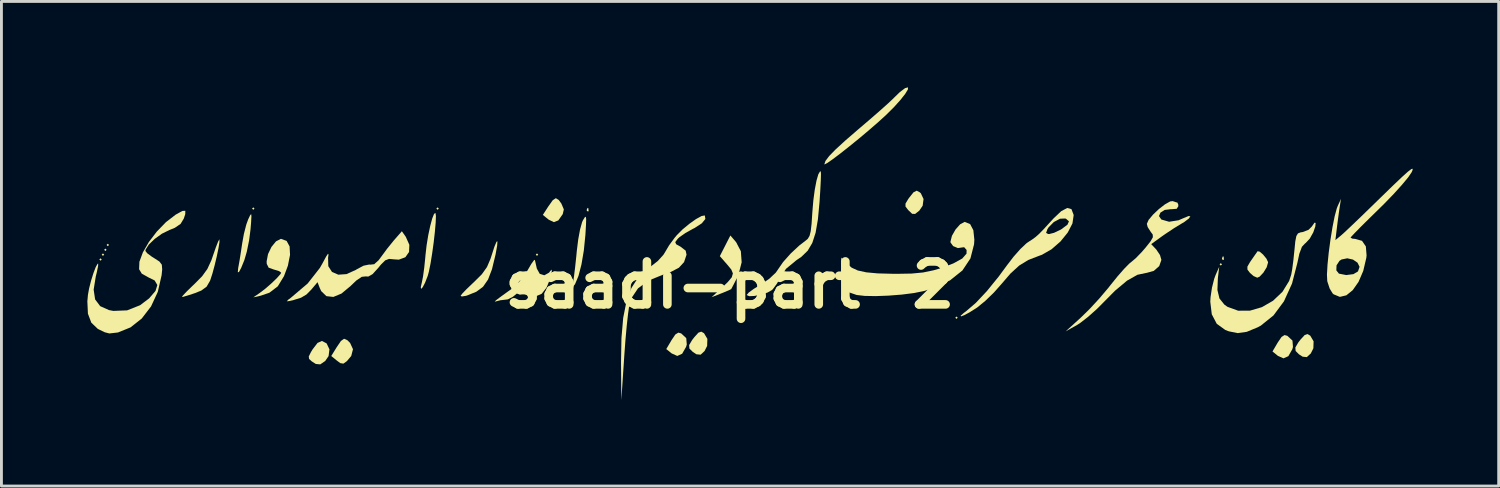
<source format=kicad_pcb>
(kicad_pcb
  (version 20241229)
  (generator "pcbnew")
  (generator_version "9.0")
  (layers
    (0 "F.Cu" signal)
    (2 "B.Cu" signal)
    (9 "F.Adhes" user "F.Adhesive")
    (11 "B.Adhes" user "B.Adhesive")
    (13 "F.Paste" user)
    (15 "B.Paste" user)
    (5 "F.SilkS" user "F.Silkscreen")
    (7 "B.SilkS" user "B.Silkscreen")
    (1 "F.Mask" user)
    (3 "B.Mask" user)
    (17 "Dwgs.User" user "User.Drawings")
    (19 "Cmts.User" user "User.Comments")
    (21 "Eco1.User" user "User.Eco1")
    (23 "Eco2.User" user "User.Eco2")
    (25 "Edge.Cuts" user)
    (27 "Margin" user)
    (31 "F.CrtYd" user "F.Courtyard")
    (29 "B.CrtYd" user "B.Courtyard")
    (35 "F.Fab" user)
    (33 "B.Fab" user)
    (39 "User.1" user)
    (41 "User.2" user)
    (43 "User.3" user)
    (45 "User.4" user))
  (footprint "saadi-part-2"
    (layer "F.Cu")
    (at 22.431 6.9)
    (property "Reference" "saadi-part-2" (at 0 0 0) (layer "F.SilkS") (effects (font (size 1.5 1.5) (thickness 0.3))))
    (attr board_only exclude_from_pos_files exclude_from_bom)
    (fp_poly (pts (xy -21.929 -0.889) (xy -21.971 -0.847) (xy -22.013 -0.889) (xy -21.971 -0.931)) (stroke (width 0) (type solid)) (fill yes) (layer "F.SilkS"))
    (fp_poly (pts (xy -21.844 -1.058) (xy -21.886 -1.016) (xy -21.929 -1.058) (xy -21.886 -1.101)) (stroke (width 0) (type solid)) (fill yes) (layer "F.SilkS"))
    (fp_poly (pts (xy -21.759 -1.228) (xy -21.802 -1.185) (xy -21.844 -1.228) (xy -21.802 -1.27)) (stroke (width 0) (type solid)) (fill yes) (layer "F.SilkS"))
    (fp_poly (pts (xy -21.675 -1.397) (xy -21.717 -1.355) (xy -21.759 -1.397) (xy -21.717 -1.439)) (stroke (width 0) (type solid)) (fill yes) (layer "F.SilkS"))
    (fp_poly (pts (xy -16.595 -2.667) (xy -16.637 -2.625) (xy -16.679 -2.667) (xy -16.637 -2.709)) (stroke (width 0) (type solid)) (fill yes) (layer "F.SilkS"))
    (fp_poly (pts (xy -10.16 -2.667) (xy -10.202 -2.625) (xy -10.245 -2.667) (xy -10.202 -2.709)) (stroke (width 0) (type solid)) (fill yes) (layer "F.SilkS"))
    (fp_poly (pts (xy -6.689 -1.058) (xy -6.731 -1.016) (xy -6.773 -1.058) (xy -6.731 -1.101)) (stroke (width 0) (type solid)) (fill yes) (layer "F.SilkS"))
    (fp_poly (pts (xy 7.959 1.143) (xy 7.916 1.185) (xy 7.874 1.143) (xy 7.916 1.101)) (stroke (width 0) (type solid)) (fill yes) (layer "F.SilkS"))
    (fp_poly (pts (xy 17.187 -0.72) (xy 17.145 -0.677) (xy 17.103 -0.72) (xy 17.145 -0.762)) (stroke (width 0) (type solid)) (fill yes) (layer "F.SilkS"))
    (fp_poly (pts (xy -4.939 -2.681) (xy -4.929 -2.581) (xy -4.939 -2.568) (xy -4.989 -2.58) (xy -4.995 -2.625) (xy -4.964 -2.694)) (stroke (width 0) (type solid)) (fill yes) (layer "F.SilkS"))
    (fp_poly (pts (xy 17.244 -0.988) (xy 17.254 -0.887) (xy 17.244 -0.875) (xy 17.193 -0.887) (xy 17.187 -0.931) (xy 17.218 -1.001)) (stroke (width 0) (type solid)) (fill yes) (layer "F.SilkS"))
    (fp_poly (pts (xy -1.696 1.692) (xy -1.52 1.856) (xy -1.501 2.081) (xy -1.526 2.162) (xy -1.663 2.402) (xy -1.833 2.478) (xy -2.029 2.39) (xy -2.217 2.238) (xy -2.032 1.924) (xy -1.901 1.73) (xy -1.796 1.664)) (stroke (width 0) (type solid)) (fill yes) (layer "F.SilkS"))
    (fp_poly (pts (xy 19.471 1.777) (xy 19.647 1.941) (xy 19.665 2.166) (xy 19.641 2.247) (xy 19.504 2.486) (xy 19.334 2.562) (xy 19.138 2.475) (xy 18.95 2.322) (xy 19.134 2.009) (xy 19.266 1.815) (xy 19.371 1.749)) (stroke (width 0) (type solid)) (fill yes) (layer "F.SilkS"))
    (fp_poly (pts (xy -13.354 1.927) (xy -13.256 2.026) (xy -13.156 2.243) (xy -13.217 2.479) (xy -13.367 2.658) (xy -13.49 2.747) (xy -13.597 2.73) (xy -13.719 2.64) (xy -13.915 2.481) (xy -13.724 2.172) (xy -13.577 1.956) (xy -13.467 1.878)) (stroke (width 0) (type solid)) (fill yes) (layer "F.SilkS"))
    (fp_poly (pts (xy -5.972 -2.968) (xy -5.88 -2.842) (xy -5.794 -2.638) (xy -5.831 -2.475) (xy -5.985 -2.255) (xy -6.14 -2.193) (xy -6.321 -2.279) (xy -6.333 -2.289) (xy -6.527 -2.446) (xy -6.333 -2.746) (xy -6.181 -2.959) (xy -6.073 -3.03)) (stroke (width 0) (type solid)) (fill yes) (layer "F.SilkS"))
    (fp_poly (pts (xy -0.899 1.685) (xy -0.782 1.881) (xy -0.79 2.128) (xy -0.88 2.307) (xy -1.017 2.434) (xy -1.165 2.42) (xy -1.291 2.337) (xy -1.409 2.221) (xy -1.419 2.099) (xy -1.316 1.925) (xy -1.237 1.823) (xy -1.095 1.665) (xy -0.994 1.63)) (stroke (width 0) (type solid)) (fill yes) (layer "F.SilkS"))
    (fp_poly (pts (xy 20.268 1.77) (xy 20.385 1.966) (xy 20.377 2.213) (xy 20.287 2.392) (xy 20.149 2.519) (xy 20.002 2.504) (xy 19.875 2.422) (xy 19.758 2.306) (xy 19.748 2.184) (xy 19.85 2.009) (xy 19.929 1.907) (xy 20.072 1.75) (xy 20.173 1.714)) (stroke (width 0) (type solid)) (fill yes) (layer "F.SilkS"))
    (fp_poly (pts (xy -14.088 2.033) (xy -14.072 2.049) (xy -13.978 2.249) (xy -14.008 2.483) (xy -14.125 2.654) (xy -14.299 2.773) (xy -14.455 2.758) (xy -14.594 2.669) (xy -14.688 2.584) (xy -14.7 2.496) (xy -14.625 2.346) (xy -14.566 2.248) (xy -14.394 2.024) (xy -14.242 1.955)) (stroke (width 0) (type solid)) (fill yes) (layer "F.SilkS"))
    (fp_poly (pts (xy 6.636 -3.234) (xy 6.672 -3.2) (xy 6.766 -3.001) (xy 6.735 -2.766) (xy 6.618 -2.595) (xy 6.472 -2.48) (xy 6.368 -2.484) (xy 6.232 -2.614) (xy 6.227 -2.62) (xy 6.136 -2.738) (xy 6.136 -2.842) (xy 6.231 -3) (xy 6.262 -3.043) (xy 6.414 -3.234) (xy 6.525 -3.292)) (stroke (width 0) (type solid)) (fill yes) (layer "F.SilkS"))
    (fp_poly (pts (xy 18.504 -1.163) (xy 18.623 -1.06) (xy 18.737 -0.921) (xy 18.795 -0.8) (xy 18.796 -0.788) (xy 18.748 -0.619) (xy 18.633 -0.431) (xy 18.5 -0.29) (xy 18.418 -0.254) (xy 18.287 -0.312) (xy 18.165 -0.419) (xy 18.076 -0.534) (xy 18.073 -0.638) (xy 18.162 -0.794) (xy 18.209 -0.863) (xy 18.338 -1.048) (xy 18.42 -1.165) (xy 18.429 -1.178)) (stroke (width 0) (type solid)) (fill yes) (layer "F.SilkS"))
    (fp_poly (pts (xy -16.702 -2.404) (xy -16.713 -2.197) (xy -16.733 -1.947) (xy -16.783 -1.556) (xy -16.864 -1.16) (xy -16.949 -0.868) (xy -17.061 -0.594) (xy -17.139 -0.45) (xy -17.177 -0.446) (xy -17.165 -0.59) (xy -17.152 -0.656) (xy -17.115 -0.864) (xy -17.067 -1.167) (xy -17.027 -1.439) (xy -16.965 -1.782) (xy -16.883 -2.103) (xy -16.817 -2.286) (xy -16.749 -2.43) (xy -16.712 -2.476)) (stroke (width 0) (type solid)) (fill yes) (layer "F.SilkS"))
    (fp_poly (pts (xy 0.222 -1.494) (xy 0.387 -1.178) (xy 0.415 -0.792) (xy 0.306 -0.366) (xy 0.244 -0.229) (xy 0.135 -0.016) (xy 0.063 0.121) (xy 0.049 0.145) (xy -0.032 0.185) (xy -0.215 0.262) (xy -0.301 0.296) (xy -0.635 0.428) (xy -0.334 0.151) (xy -0.074 -0.096) (xy 0.07 -0.268) (xy 0.109 -0.403) (xy 0.054 -0.537) (xy -0.085 -0.707) (xy -0.347 -1.006) (xy -0.163 -1.367) (xy 0.021 -1.728)) (stroke (width 0) (type solid)) (fill yes) (layer "F.SilkS"))
    (fp_poly (pts (xy -8.121 -1.381) (xy -8.175 -1.078) (xy -8.182 -1.046) (xy -8.303 -0.548) (xy -8.441 -0.188) (xy -8.615 0.063) (xy -8.85 0.237) (xy -9.166 0.365) (xy -9.207 0.378) (xy -9.353 0.402) (xy -9.398 0.38) (xy -9.34 0.301) (xy -9.187 0.142) (xy -8.969 -0.066) (xy -8.935 -0.097) (xy -8.656 -0.375) (xy -8.478 -0.625) (xy -8.355 -0.911) (xy -8.326 -1.001) (xy -8.219 -1.333) (xy -8.146 -1.508) (xy -8.112 -1.524)) (stroke (width 0) (type solid)) (fill yes) (layer "F.SilkS"))
    (fp_poly (pts (xy -5.014 -2.303) (xy -5.02 -2.098) (xy -5.041 -1.745) (xy -5.042 -1.736) (xy -5.096 -1.201) (xy -5.179 -0.714) (xy -5.283 -0.313) (xy -5.399 -0.036) (xy -5.423 0) (xy -5.479 0.053) (xy -5.481 -0.034) (xy -5.465 -0.127) (xy -5.436 -0.323) (xy -5.398 -0.634) (xy -5.358 -1.008) (xy -5.34 -1.198) (xy -5.291 -1.592) (xy -5.227 -1.94) (xy -5.157 -2.191) (xy -5.128 -2.256) (xy -5.064 -2.361) (xy -5.027 -2.384)) (stroke (width 0) (type solid)) (fill yes) (layer "F.SilkS"))
    (fp_poly (pts (xy -10.26 -2.408) (xy -10.269 -2.174) (xy -10.297 -1.852) (xy -10.339 -1.48) (xy -10.392 -1.098) (xy -10.449 -0.745) (xy -10.507 -0.46) (xy -10.546 -0.318) (xy -10.64 -0.077) (xy -10.723 0.081) (xy -10.778 0.138) (xy -10.789 0.075) (xy -10.753 -0.083) (xy -10.711 -0.29) (xy -10.668 -0.604) (xy -10.631 -0.965) (xy -10.625 -1.038) (xy -10.586 -1.381) (xy -10.529 -1.733) (xy -10.46 -2.057) (xy -10.39 -2.319) (xy -10.325 -2.483) (xy -10.276 -2.514)) (stroke (width 0) (type solid)) (fill yes) (layer "F.SilkS"))
    (fp_poly (pts (xy -17.82 -1.592) (xy -17.818 -1.496) (xy -17.853 -1.282) (xy -17.912 -0.998) (xy -17.986 -0.688) (xy -18.064 -0.399) (xy -18.136 -0.177) (xy -18.151 -0.139) (xy -18.268 0.061) (xy -18.454 0.196) (xy -18.675 0.285) (xy -18.916 0.364) (xy -19.085 0.414) (xy -19.129 0.422) (xy -19.095 0.369) (xy -18.963 0.229) (xy -18.759 0.03) (xy -18.703 -0.022) (xy -18.425 -0.303) (xy -18.241 -0.558) (xy -18.102 -0.858) (xy -18.038 -1.043) (xy -17.942 -1.32) (xy -17.865 -1.516) (xy -17.822 -1.593)) (stroke (width 0) (type solid)) (fill yes) (layer "F.SilkS"))
    (fp_poly (pts (xy -15.474 -1.539) (xy -15.369 -1.346) (xy -15.354 -1.05) (xy -15.429 -0.672) (xy -15.565 -0.308) (xy -15.782 0.048) (xy -16.076 0.272) (xy -16.383 0.376) (xy -16.637 0.433) (xy -16.425 0.288) (xy -16.224 0.136) (xy -16.008 -0.052) (xy -15.817 -0.235) (xy -15.691 -0.377) (xy -15.663 -0.429) (xy -15.736 -0.484) (xy -15.912 -0.537) (xy -15.917 -0.538) (xy -16.101 -0.604) (xy -16.167 -0.736) (xy -16.171 -0.823) (xy -16.123 -1.077) (xy -16.003 -1.328) (xy -15.844 -1.522) (xy -15.68 -1.608) (xy -15.668 -1.609)) (stroke (width 0) (type solid)) (fill yes) (layer "F.SilkS"))
    (fp_poly (pts (xy 6.22 -6.827) (xy 6.127 -6.674) (xy 5.959 -6.46) (xy 5.73 -6.206) (xy 5.454 -5.932) (xy 5.443 -5.922) (xy 5.167 -5.671) (xy 4.846 -5.393) (xy 4.504 -5.106) (xy 4.164 -4.83) (xy 3.851 -4.583) (xy 3.588 -4.385) (xy 3.398 -4.254) (xy 3.307 -4.209) (xy 3.302 -4.214) (xy 3.342 -4.331) (xy 3.469 -4.5) (xy 3.695 -4.732) (xy 4.032 -5.041) (xy 4.491 -5.438) (xy 4.555 -5.492) (xy 4.919 -5.803) (xy 5.253 -6.094) (xy 5.527 -6.339) (xy 5.712 -6.513) (xy 5.757 -6.559) (xy 5.942 -6.738) (xy 6.11 -6.864) (xy 6.122 -6.872) (xy 6.223 -6.9)) (stroke (width 0) (type solid)) (fill yes) (layer "F.SilkS"))
    (fp_poly (pts (xy -6.776 -0.747) (xy -6.737 -0.572) (xy -6.635 -0.389) (xy -6.475 -0.338) (xy -6.311 -0.429) (xy -6.268 -0.487) (xy -6.219 -0.537) (xy -6.215 -0.467) (xy -6.248 -0.316) (xy -6.308 -0.126) (xy -6.386 0.066) (xy -6.401 0.096) (xy -6.566 0.307) (xy -6.761 0.393) (xy -6.942 0.35) (xy -7.068 0.174) (xy -7.072 0.161) (xy -7.115 0.071) (xy -7.185 0.078) (xy -7.318 0.194) (xy -7.378 0.253) (xy -7.573 0.413) (xy -7.749 0.502) (xy -7.789 0.508) (xy -8.009 0.534) (xy -8.1 0.557) (xy -8.206 0.585) (xy -8.171 0.542) (xy -8.11 0.494) (xy -7.953 0.378) (xy -7.728 0.216) (xy -7.627 0.145) (xy -7.381 -0.078) (xy -7.145 -0.374) (xy -7.055 -0.52) (xy -6.929 -0.736) (xy -6.837 -0.863) (xy -6.805 -0.877)) (stroke (width 0) (type solid)) (fill yes) (layer "F.SilkS"))
    (fp_poly (pts (xy 3.179 -3.961) (xy 3.184 -3.871) (xy 3.178 -3.646) (xy 3.161 -3.319) (xy 3.136 -2.923) (xy 3.135 -2.905) (xy 3.078 -2.293) (xy 2.997 -1.823) (xy 2.881 -1.466) (xy 2.72 -1.195) (xy 2.502 -0.984) (xy 2.333 -0.869) (xy 1.964 -0.565) (xy 1.787 -0.297) (xy 1.651 -0.052) (xy 1.507 0.143) (xy 1.47 0.179) (xy 1.315 0.266) (xy 1.096 0.337) (xy 0.866 0.383) (xy 0.681 0.392) (xy 0.594 0.355) (xy 0.593 0.346) (xy 0.661 0.266) (xy 0.839 0.136) (xy 1.07 -0.006) (xy 1.379 -0.216) (xy 1.61 -0.434) (xy 1.683 -0.541) (xy 1.863 -0.802) (xy 2.13 -1.101) (xy 2.431 -1.381) (xy 2.631 -1.534) (xy 2.723 -1.61) (xy 2.785 -1.713) (xy 2.827 -1.878) (xy 2.857 -2.141) (xy 2.883 -2.536) (xy 2.884 -2.55) (xy 2.918 -2.953) (xy 2.968 -3.328) (xy 3.028 -3.642) (xy 3.092 -3.865) (xy 3.152 -3.966)) (stroke (width 0) (type solid)) (fill yes) (layer "F.SilkS"))
    (fp_poly (pts (xy -0.871 -2.423) (xy -0.852 -2.304) (xy -0.976 -2.153) (xy -1.225 -1.991) (xy -1.294 -1.956) (xy -1.55 -1.814) (xy -1.758 -1.668) (xy -1.815 -1.614) (xy -1.903 -1.498) (xy -1.873 -1.422) (xy -1.721 -1.338) (xy -1.539 -1.198) (xy -1.51 -1.055) (xy -1.596 -0.798) (xy -1.776 -0.602) (xy -2.079 -0.444) (xy -2.347 -0.352) (xy -2.847 -0.149) (xy -3.205 0.12) (xy -3.44 0.47) (xy -3.474 0.55) (xy -3.51 0.714) (xy -3.552 1.015) (xy -3.597 1.421) (xy -3.641 1.902) (xy -3.679 2.413) (xy -3.786 4.022) (xy -3.797 2.709) (xy -3.782 1.855) (xy -3.721 1.147) (xy -3.606 0.57) (xy -3.434 0.106) (xy -3.198 -0.262) (xy -2.894 -0.551) (xy -2.761 -0.643) (xy -2.514 -0.836) (xy -2.316 -1.054) (xy -2.257 -1.15) (xy -2.12 -1.382) (xy -1.927 -1.645) (xy -1.851 -1.736) (xy -1.649 -1.939) (xy -1.411 -2.136) (xy -1.178 -2.301) (xy -0.986 -2.407) (xy -0.876 -2.427)) (stroke (width 0) (type solid)) (fill yes) (layer "F.SilkS"))
    (fp_poly (pts (xy 8.392 -2.126) (xy 8.505 -1.912) (xy 8.54 -1.579) (xy 8.53 -1.421) (xy 8.403 -0.927) (xy 8.124 -0.507) (xy 7.693 -0.162) (xy 7.111 0.109) (xy 6.767 0.215) (xy 6.431 0.282) (xy 6.007 0.336) (xy 5.546 0.372) (xy 5.098 0.389) (xy 4.713 0.382) (xy 4.441 0.351) (xy 4.424 0.347) (xy 4.151 0.253) (xy 3.99 0.119) (xy 3.914 -0.097) (xy 3.895 -0.437) (xy 3.895 -0.446) (xy 3.895 -0.956) (xy 4.097 -0.738) (xy 4.259 -0.602) (xy 4.473 -0.505) (xy 4.766 -0.441) (xy 5.167 -0.404) (xy 5.702 -0.39) (xy 5.842 -0.389) (xy 6.348 -0.398) (xy 6.749 -0.436) (xy 7.11 -0.511) (xy 7.324 -0.573) (xy 7.802 -0.75) (xy 8.118 -0.924) (xy 8.267 -1.095) (xy 8.269 -1.222) (xy 8.185 -1.318) (xy 8.128 -1.312) (xy 7.965 -1.288) (xy 7.798 -1.358) (xy 7.707 -1.485) (xy 7.705 -1.509) (xy 7.757 -1.716) (xy 7.884 -1.939) (xy 8.045 -2.119) (xy 8.198 -2.201) (xy 8.208 -2.201)) (stroke (width 0) (type solid)) (fill yes) (layer "F.SilkS"))
    (fp_poly (pts (xy 20.457 -2.166) (xy 20.445 -2.043) (xy 20.374 -1.836) (xy 20.25 -1.616) (xy 20.108 -1.464) (xy 20.088 -1.451) (xy 19.978 -1.333) (xy 19.888 -1.093) (xy 19.821 -0.781) (xy 19.632 -0.049) (xy 19.35 0.571) (xy 18.985 1.064) (xy 18.543 1.419) (xy 18.434 1.478) (xy 18.052 1.636) (xy 17.734 1.681) (xy 17.422 1.618) (xy 17.299 1.569) (xy 17.004 1.356) (xy 16.83 1.025) (xy 16.778 0.584) (xy 16.787 0.429) (xy 16.836 0.099) (xy 16.914 -0.212) (xy 16.96 -0.339) (xy 17.09 -0.635) (xy 17.043 -0.239) (xy 17.027 0.175) (xy 17.098 0.471) (xy 17.27 0.686) (xy 17.38 0.764) (xy 17.752 0.899) (xy 18.163 0.897) (xy 18.58 0.775) (xy 18.969 0.551) (xy 19.297 0.24) (xy 19.531 -0.14) (xy 19.603 -0.357) (xy 19.639 -0.556) (xy 19.679 -0.859) (xy 19.714 -1.201) (xy 19.715 -1.203) (xy 19.746 -1.521) (xy 19.783 -1.708) (xy 19.84 -1.801) (xy 19.935 -1.838) (xy 20.003 -1.847) (xy 20.209 -1.926) (xy 20.327 -2.045) (xy 20.416 -2.175)) (stroke (width 0) (type solid)) (fill yes) (layer "F.SilkS"))
    (fp_poly (pts (xy -11.312 -1.681) (xy -11.188 -1.402) (xy -11.198 -1.153) (xy -11.326 -0.969) (xy -11.553 -0.884) (xy -11.722 -0.894) (xy -11.897 -0.91) (xy -12.031 -0.859) (xy -12.18 -0.711) (xy -12.273 -0.597) (xy -12.471 -0.379) (xy -12.622 -0.293) (xy -12.707 -0.299) (xy -12.848 -0.285) (xy -13.039 -0.156) (xy -13.241 0.037) (xy -13.557 0.3) (xy -13.843 0.418) (xy -14.085 0.39) (xy -14.266 0.214) (xy -14.315 0.109) (xy -14.394 -0.097) (xy -14.609 0.159) (xy -14.779 0.332) (xy -14.971 0.445) (xy -15.248 0.532) (xy -15.367 0.559) (xy -15.463 0.571) (xy -15.426 0.522) (xy -15.325 0.447) (xy -14.738 -0.052) (xy -14.312 -0.595) (xy -14.22 -0.757) (xy -14.092 -0.996) (xy -14.026 -1.093) (xy -14.011 -1.059) (xy -14.026 -0.95) (xy -14.018 -0.656) (xy -13.889 -0.455) (xy -13.668 -0.359) (xy -13.382 -0.379) (xy -13.059 -0.525) (xy -13.028 -0.545) (xy -12.787 -0.673) (xy -12.588 -0.714) (xy -12.557 -0.709) (xy -12.415 -0.725) (xy -12.259 -0.866) (xy -12.168 -0.989) (xy -11.963 -1.267) (xy -11.74 -1.543) (xy -11.696 -1.594) (xy -11.449 -1.876)) (stroke (width 0) (type solid)) (fill yes) (layer "F.SilkS"))
    (fp_poly (pts (xy 11.93 -2.648) (xy 12.004 -2.455) (xy 12.007 -2.432) (xy 11.965 -2.148) (xy 11.801 -1.831) (xy 11.547 -1.518) (xy 11.235 -1.246) (xy 10.898 -1.053) (xy 10.795 -1.016) (xy 10.422 -0.872) (xy 10.106 -0.678) (xy 9.801 -0.399) (xy 9.5 -0.049) (xy 9.225 0.262) (xy 8.916 0.561) (xy 8.636 0.789) (xy 8.614 0.803) (xy 8.374 0.955) (xy 8.187 1.055) (xy 8.076 1.097) (xy 8.061 1.075) (xy 8.165 0.981) (xy 8.255 0.914) (xy 8.589 0.628) (xy 8.975 0.217) (xy 9.39 -0.294) (xy 9.67 -0.674) (xy 9.907 -0.984) (xy 10.151 -1.259) (xy 10.358 -1.454) (xy 10.414 -1.494) (xy 10.564 -1.591) (xy 10.683 -1.679) (xy 10.804 -1.787) (xy 10.834 -1.818) (xy 11.045 -1.818) (xy 11.117 -1.779) (xy 11.152 -1.778) (xy 11.322 -1.821) (xy 11.543 -1.926) (xy 11.578 -1.946) (xy 11.79 -2.103) (xy 11.843 -2.221) (xy 11.74 -2.311) (xy 11.714 -2.321) (xy 11.53 -2.313) (xy 11.316 -2.198) (xy 11.133 -2.014) (xy 11.091 -1.947) (xy 11.045 -1.818) (xy 10.834 -1.818) (xy 10.959 -1.946) (xy 11.181 -2.188) (xy 11.297 -2.315) (xy 11.573 -2.577) (xy 11.785 -2.689)) (stroke (width 0) (type solid)) (fill yes) (layer "F.SilkS"))
    (fp_poly (pts (xy -19.012 -2.474) (xy -19.064 -2.317) (xy -19.177 -2.131) (xy -19.379 -1.994) (xy -19.564 -1.919) (xy -19.825 -1.791) (xy -20.079 -1.609) (xy -20.284 -1.411) (xy -20.396 -1.236) (xy -20.405 -1.187) (xy -20.338 -1.105) (xy -20.172 -0.982) (xy -20.097 -0.936) (xy -19.915 -0.818) (xy -19.831 -0.708) (xy -19.818 -0.541) (xy -19.838 -0.34) (xy -19.97 0.238) (xy -20.207 0.749) (xy -20.531 1.171) (xy -20.923 1.481) (xy -21.362 1.659) (xy -21.664 1.693) (xy -21.825 1.651) (xy -22.04 1.547) (xy -22.072 1.528) (xy -22.293 1.316) (xy -22.411 1.003) (xy -22.431 0.572) (xy -22.411 0.348) (xy -22.369 0.116) (xy -22.3 -0.153) (xy -22.218 -0.415) (xy -22.138 -0.625) (xy -22.074 -0.739) (xy -22.052 -0.744) (xy -22.057 -0.656) (xy -22.098 -0.455) (xy -22.138 -0.29) (xy -22.211 0.163) (xy -22.16 0.504) (xy -21.982 0.74) (xy -21.674 0.878) (xy -21.522 0.906) (xy -21.043 0.887) (xy -20.589 0.707) (xy -20.276 0.47) (xy -20.052 0.21) (xy -19.987 0.002) (xy -20.082 -0.158) (xy -20.278 -0.254) (xy -20.531 -0.395) (xy -20.624 -0.549) (xy -20.614 -0.81) (xy -20.492 -1.139) (xy -20.282 -1.502) (xy -20.005 -1.865) (xy -19.685 -2.195) (xy -19.346 -2.456) (xy -19.332 -2.464) (xy -19.113 -2.585) (xy -19.011 -2.59)) (stroke (width 0) (type solid)) (fill yes) (layer "F.SilkS"))
    (fp_poly (pts (xy 15.596 -2.884) (xy 15.628 -2.879) (xy 15.659 -2.81) (xy 15.663 -2.751) (xy 15.606 -2.66) (xy 15.418 -2.644) (xy 15.4 -2.646) (xy 15.186 -2.62) (xy 15.038 -2.527) (xy 14.987 -2.405) (xy 15.067 -2.287) (xy 15.071 -2.285) (xy 15.34 -2.207) (xy 15.669 -2.259) (xy 15.837 -2.331) (xy 16.02 -2.407) (xy 16.082 -2.396) (xy 16.03 -2.32) (xy 15.872 -2.2) (xy 15.769 -2.139) (xy 15.504 -1.977) (xy 15.203 -1.777) (xy 15.083 -1.693) (xy 14.715 -1.426) (xy 14.893 -1.237) (xy 15.022 -1.045) (xy 15.071 -0.875) (xy 14.995 -0.659) (xy 14.806 -0.492) (xy 14.559 -0.423) (xy 14.553 -0.423) (xy 14.235 -0.356) (xy 13.872 -0.151) (xy 13.454 0.199) (xy 13.121 0.535) (xy 12.821 0.837) (xy 12.51 1.114) (xy 12.237 1.326) (xy 12.126 1.397) (xy 11.728 1.62) (xy 12.256 1.141) (xy 12.56 0.844) (xy 12.9 0.476) (xy 13.217 0.102) (xy 13.299 -0.002) (xy 13.541 -0.302) (xy 13.768 -0.561) (xy 13.945 -0.742) (xy 14.01 -0.795) (xy 14.173 -0.932) (xy 14.383 -1.148) (xy 14.523 -1.31) (xy 14.697 -1.53) (xy 14.773 -1.666) (xy 14.768 -1.761) (xy 14.701 -1.85) (xy 14.592 -2.021) (xy 14.563 -2.134) (xy 14.624 -2.271) (xy 14.778 -2.456) (xy 14.983 -2.65) (xy 15.197 -2.816) (xy 15.377 -2.917) (xy 15.464 -2.928)) (stroke (width 0) (type solid)) (fill yes) (layer "F.SilkS"))
    (fp_poly (pts (xy 23.833 -3.99) (xy 23.808 -3.935) (xy 23.688 -3.758) (xy 23.47 -3.496) (xy 23.181 -3.176) (xy 22.845 -2.829) (xy 22.656 -2.643) (xy 22.326 -2.32) (xy 22.042 -2.039) (xy 21.827 -1.82) (xy 21.7 -1.685) (xy 21.675 -1.65) (xy 21.746 -1.616) (xy 21.838 -1.609) (xy 22.076 -1.541) (xy 22.21 -1.345) (xy 22.235 -1.032) (xy 22.225 -0.942) (xy 22.119 -0.491) (xy 21.956 -0.111) (xy 21.754 0.179) (xy 21.53 0.361) (xy 21.302 0.416) (xy 21.086 0.327) (xy 21.049 0.294) (xy 20.946 0.124) (xy 20.867 -0.116) (xy 20.862 -0.142) (xy 20.851 -0.363) (xy 20.86 -0.511) (xy 21.179 -0.511) (xy 21.269 -0.396) (xy 21.273 -0.395) (xy 21.525 -0.346) (xy 21.775 -0.378) (xy 21.935 -0.473) (xy 21.99 -0.633) (xy 21.918 -0.779) (xy 21.761 -0.886) (xy 21.561 -0.931) (xy 21.359 -0.889) (xy 21.289 -0.842) (xy 21.186 -0.685) (xy 21.179 -0.511) (xy 20.86 -0.511) (xy 20.871 -0.706) (xy 20.913 -1.125) (xy 20.973 -1.575) (xy 21.044 -2.014) (xy 21.12 -2.395) (xy 21.195 -2.675) (xy 21.225 -2.752) (xy 21.341 -3.006) (xy 21.301 -2.752) (xy 21.267 -2.519) (xy 21.225 -2.208) (xy 21.203 -2.032) (xy 21.146 -1.566) (xy 21.347 -1.732) (xy 21.468 -1.841) (xy 21.688 -2.048) (xy 21.984 -2.331) (xy 22.334 -2.67) (xy 22.716 -3.042) (xy 22.762 -3.087) (xy 23.172 -3.485) (xy 23.474 -3.772) (xy 23.68 -3.957) (xy 23.801 -4.049) (xy 23.848 -4.057)) (stroke (width 0) (type solid)) (fill yes) (layer "F.SilkS")))
  (gr_rect
    (start -3 -3)
    (end 49.279 13.921)
    (stroke (width 0.1) (type default))
    (fill no)
    (layer "Edge.Cuts")))
</source>
